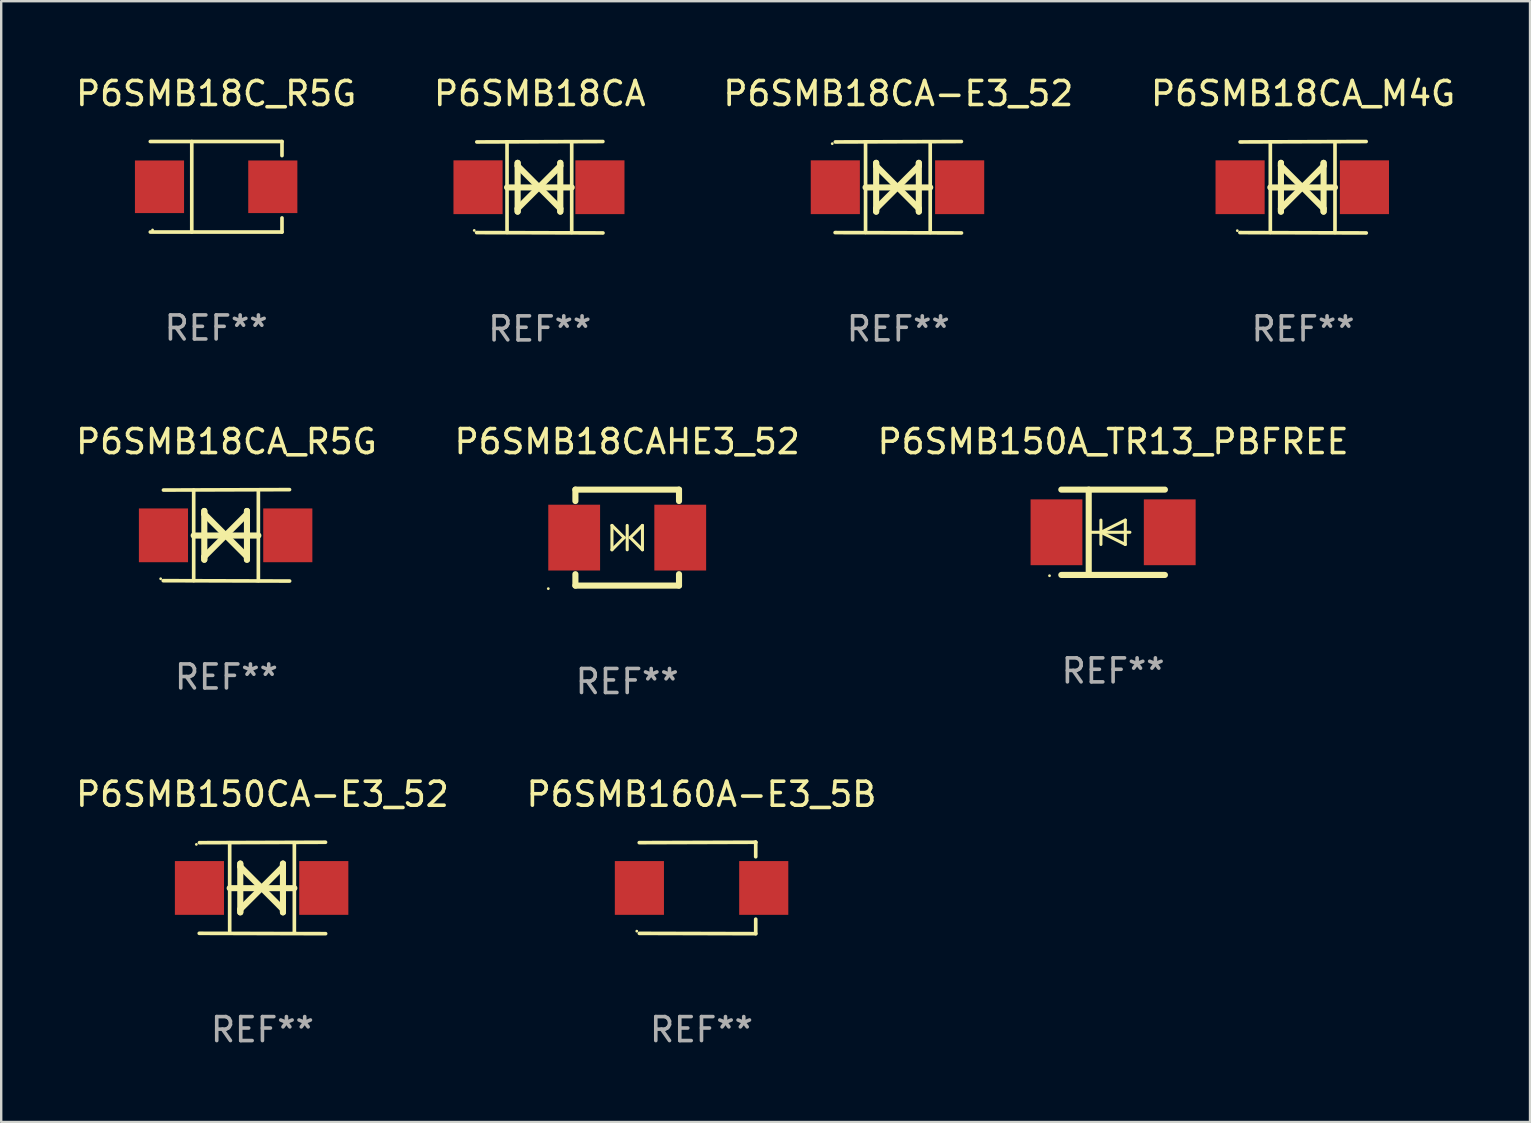
<source format=kicad_pcb>
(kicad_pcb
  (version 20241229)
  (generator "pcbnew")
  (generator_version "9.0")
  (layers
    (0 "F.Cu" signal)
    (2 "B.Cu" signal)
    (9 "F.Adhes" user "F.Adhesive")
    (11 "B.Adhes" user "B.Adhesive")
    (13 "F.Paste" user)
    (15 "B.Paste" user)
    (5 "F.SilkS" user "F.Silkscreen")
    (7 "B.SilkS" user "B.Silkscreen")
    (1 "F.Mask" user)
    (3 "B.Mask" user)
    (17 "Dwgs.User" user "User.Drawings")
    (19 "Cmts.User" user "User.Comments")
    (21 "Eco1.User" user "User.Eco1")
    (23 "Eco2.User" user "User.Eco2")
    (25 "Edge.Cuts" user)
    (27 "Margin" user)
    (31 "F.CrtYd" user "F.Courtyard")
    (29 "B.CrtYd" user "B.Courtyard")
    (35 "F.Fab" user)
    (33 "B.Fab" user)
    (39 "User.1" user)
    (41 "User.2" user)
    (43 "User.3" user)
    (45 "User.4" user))
  (footprint "P6SMB18CA_R5G"
    (layer "F.Cu")
    (at 6.387 19.26)
    (property "Reference" "P6SMB18CA_R5G" (at 0 -3.905 0) (layer "F.SilkS") (effects (font (size 1 1) (thickness 0.15))))
    (attr through_hole)
    (fp_line (start -1.365 1.886) (end -1.365 -1.886) (stroke (width 0.152) (type solid)) (layer "F.SilkS"))
    (fp_line (start -1.365 0.008) (end 1.33 0.008) (stroke (width 0.254) (type solid)) (layer "F.SilkS"))
    (fp_line (start -0.923 -1.016) (end -0.923 1.016) (stroke (width 0.254) (type solid)) (layer "F.SilkS"))
    (fp_line (start -0.923 -0.889) (end -0.923 -1.016) (stroke (width 0.254) (type solid)) (layer "F.SilkS"))
    (fp_line (start -0.923 0.889) (end -0.034 0) (stroke (width 0.254) (type solid)) (layer "F.SilkS"))
    (fp_line (start -0.923 1.016) (end -0.923 0.889) (stroke (width 0.254) (type solid)) (layer "F.SilkS"))
    (fp_line (start -0.034 0) (end -0.923 -0.889) (stroke (width 0.254) (type solid)) (layer "F.SilkS"))
    (fp_line (start -0.034 0) (end 0.855 0.889) (stroke (width 0.254) (type solid)) (layer "F.SilkS"))
    (fp_line (start 0.855 -1.016) (end 0.855 -0.889) (stroke (width 0.254) (type solid)) (layer "F.SilkS"))
    (fp_line (start 0.855 -0.889) (end -0.034 0) (stroke (width 0.254) (type solid)) (layer "F.SilkS"))
    (fp_line (start 0.855 0.889) (end 0.855 1.016) (stroke (width 0.254) (type solid)) (layer "F.SilkS"))
    (fp_line (start 0.855 1.016) (end 0.855 -1.016) (stroke (width 0.254) (type solid)) (layer "F.SilkS"))
    (fp_line (start 1.33 1.886) (end 1.33 -1.886) (stroke (width 0.152) (type solid)) (layer "F.SilkS"))
    (fp_line (start 2.629 -1.905) (end -2.625 -1.887) (stroke (width 0.152) (type solid)) (layer "F.SilkS"))
    (fp_line (start 2.633 1.905) (end -2.633 1.89) (stroke (width 0.152) (type solid)) (layer "F.SilkS"))
    (fp_circle (center -2.741 1.81) (end -2.711 1.81) (stroke (width 0.06) (type solid)) (fill no) (layer "F.SilkS"))
    (fp_text user "REF**" (at 0 5.905 0) (layer "F.Fab") (effects (font (size 1 1) (thickness 0.15))))
    (pad "1" smd rect (at -2.625 0) (size 2.047 2.241) (layers "F.Cu" "F.Mask" "F.Paste"))
    (pad "2" smd rect (at 2.557 0) (size 2.047 2.241) (layers "F.Cu" "F.Mask" "F.Paste")))
  (footprint "P6SMB160A-E3_5B"
    (layer "F.Cu")
    (at 26.185 33.956)
    (property "Reference" "P6SMB160A-E3_5B" (at 0 -3.905 0) (layer "F.SilkS") (effects (font (size 1 1) (thickness 0.15))))
    (attr through_hole)
    (fp_line (start 2.256 -1.905) (end -2.594 -1.889) (stroke (width 0.152) (type solid)) (layer "F.SilkS"))
    (fp_line (start 2.256 -1.905) (end 2.26 -1.905) (stroke (width 0.152) (type solid)) (layer "F.SilkS"))
    (fp_line (start 2.26 -1.905) (end 2.26 -1.301) (stroke (width 0.152) (type solid)) (layer "F.SilkS"))
    (fp_line (start 2.26 1.301) (end 2.26 1.905) (stroke (width 0.152) (type solid)) (layer "F.SilkS"))
    (fp_line (start 2.26 1.905) (end -2.59 1.892) (stroke (width 0.152) (type solid)) (layer "F.SilkS"))
    (fp_circle (center -2.697 1.8) (end -2.667 1.8) (stroke (width 0.06) (type solid)) (fill no) (layer "F.SilkS"))
    (fp_text user "REF**" (at 0 5.905 0) (layer "F.Fab") (effects (font (size 1 1) (thickness 0.15))))
    (pad "1" smd rect (at -2.588 0) (size 2.047 2.241) (layers "F.Cu" "F.Mask" "F.Paste"))
    (pad "2" smd rect (at 2.594 0) (size 2.047 2.241) (layers "F.Cu" "F.Mask" "F.Paste")))
  (footprint "P6SMB18CA-E3_52"
    (layer "F.Cu")
    (at 34.387 4.753)
    (property "Reference" "P6SMB18CA-E3_52" (at 0 -3.905 0) (layer "F.SilkS") (effects (font (size 1 1) (thickness 0.15))))
    (attr through_hole)
    (fp_line (start -1.365 1.886) (end -1.365 -1.886) (stroke (width 0.152) (type solid)) (layer "F.SilkS"))
    (fp_line (start -1.365 0.008) (end 1.33 0.008) (stroke (width 0.254) (type solid)) (layer "F.SilkS"))
    (fp_line (start -0.923 -1.016) (end -0.923 1.016) (stroke (width 0.254) (type solid)) (layer "F.SilkS"))
    (fp_line (start -0.923 -0.889) (end -0.923 -1.016) (stroke (width 0.254) (type solid)) (layer "F.SilkS"))
    (fp_line (start -0.923 0.889) (end -0.034 0) (stroke (width 0.254) (type solid)) (layer "F.SilkS"))
    (fp_line (start -0.923 1.016) (end -0.923 0.889) (stroke (width 0.254) (type solid)) (layer "F.SilkS"))
    (fp_line (start -0.034 0) (end -0.923 -0.889) (stroke (width 0.254) (type solid)) (layer "F.SilkS"))
    (fp_line (start -0.034 0) (end 0.855 0.889) (stroke (width 0.254) (type solid)) (layer "F.SilkS"))
    (fp_line (start 0.855 -1.016) (end 0.855 -0.889) (stroke (width 0.254) (type solid)) (layer "F.SilkS"))
    (fp_line (start 0.855 -0.889) (end -0.034 0) (stroke (width 0.254) (type solid)) (layer "F.SilkS"))
    (fp_line (start 0.855 0.889) (end 0.855 1.016) (stroke (width 0.254) (type solid)) (layer "F.SilkS"))
    (fp_line (start 0.855 1.016) (end 0.855 -1.016) (stroke (width 0.254) (type solid)) (layer "F.SilkS"))
    (fp_line (start 1.33 1.886) (end 1.33 -1.886) (stroke (width 0.152) (type solid)) (layer "F.SilkS"))
    (fp_line (start 2.629 -1.905) (end -2.625 -1.887) (stroke (width 0.152) (type solid)) (layer "F.SilkS"))
    (fp_line (start 2.633 1.905) (end -2.633 1.89) (stroke (width 0.152) (type solid)) (layer "F.SilkS"))
    (fp_circle (center -2.753 -1.816) (end -2.723 -1.816) (stroke (width 0.06) (type solid)) (fill no) (layer "F.SilkS"))
    (fp_text user "REF**" (at 0 5.905 0) (layer "F.Fab") (effects (font (size 1 1) (thickness 0.15))))
    (pad "1" smd rect (at -2.625 0) (size 2.047 2.241) (layers "F.Cu" "F.Mask" "F.Paste"))
    (pad "2" smd rect (at 2.557 0) (size 2.047 2.241) (layers "F.Cu" "F.Mask" "F.Paste")))
  (footprint "P6SMB18CA_M4G"
    (layer "F.Cu")
    (at 51.256 4.753)
    (property "Reference" "P6SMB18CA_M4G" (at 0 -3.905 0) (layer "F.SilkS") (effects (font (size 1 1) (thickness 0.15))))
    (attr through_hole)
    (fp_line (start -1.365 1.886) (end -1.365 -1.886) (stroke (width 0.152) (type solid)) (layer "F.SilkS"))
    (fp_line (start -1.365 0.008) (end 1.33 0.008) (stroke (width 0.254) (type solid)) (layer "F.SilkS"))
    (fp_line (start -0.923 -1.016) (end -0.923 1.016) (stroke (width 0.254) (type solid)) (layer "F.SilkS"))
    (fp_line (start -0.923 -0.889) (end -0.923 -1.016) (stroke (width 0.254) (type solid)) (layer "F.SilkS"))
    (fp_line (start -0.923 0.889) (end -0.034 0) (stroke (width 0.254) (type solid)) (layer "F.SilkS"))
    (fp_line (start -0.923 1.016) (end -0.923 0.889) (stroke (width 0.254) (type solid)) (layer "F.SilkS"))
    (fp_line (start -0.034 0) (end -0.923 -0.889) (stroke (width 0.254) (type solid)) (layer "F.SilkS"))
    (fp_line (start -0.034 0) (end 0.855 0.889) (stroke (width 0.254) (type solid)) (layer "F.SilkS"))
    (fp_line (start 0.855 -1.016) (end 0.855 -0.889) (stroke (width 0.254) (type solid)) (layer "F.SilkS"))
    (fp_line (start 0.855 -0.889) (end -0.034 0) (stroke (width 0.254) (type solid)) (layer "F.SilkS"))
    (fp_line (start 0.855 0.889) (end 0.855 1.016) (stroke (width 0.254) (type solid)) (layer "F.SilkS"))
    (fp_line (start 0.855 1.016) (end 0.855 -1.016) (stroke (width 0.254) (type solid)) (layer "F.SilkS"))
    (fp_line (start 1.33 1.886) (end 1.33 -1.886) (stroke (width 0.152) (type solid)) (layer "F.SilkS"))
    (fp_line (start 2.629 -1.905) (end -2.625 -1.887) (stroke (width 0.152) (type solid)) (layer "F.SilkS"))
    (fp_line (start 2.633 1.905) (end -2.633 1.89) (stroke (width 0.152) (type solid)) (layer "F.SilkS"))
    (fp_circle (center -2.741 1.81) (end -2.711 1.81) (stroke (width 0.06) (type solid)) (fill no) (layer "F.SilkS"))
    (fp_text user "REF**" (at 0 5.905 0) (layer "F.Fab") (effects (font (size 1 1) (thickness 0.15))))
    (pad "1" smd rect (at -2.625 0) (size 2.047 2.241) (layers "F.Cu" "F.Mask" "F.Paste"))
    (pad "2" smd rect (at 2.557 0) (size 2.047 2.241) (layers "F.Cu" "F.Mask" "F.Paste")))
  (footprint "P6SMB150A_TR13_PBFREE"
    (layer "F.Cu")
    (at 43.339 19.133)
    (property "Reference" "P6SMB150A_TR13_PBFREE" (at 0 -3.778 0) (layer "F.SilkS") (effects (font (size 1 1) (thickness 0.15))))
    (attr through_hole)
    (fp_line (start -2.159 -1.778) (end 2.159 -1.778) (stroke (width 0.254) (type solid)) (layer "F.SilkS"))
    (fp_line (start -1.016 -1.778) (end -1.016 1.778) (stroke (width 0.254) (type solid)) (layer "F.SilkS"))
    (fp_line (start -0.508 -0.000064) (end 0.508 0.508) (stroke (width 0.127) (type solid)) (layer "F.SilkS"))
    (fp_line (start -0.508 0.508) (end -0.508 -0.508) (stroke (width 0.127) (type solid)) (layer "F.SilkS"))
    (fp_line (start 0.508 -0.508) (end -0.508 -0.000064) (stroke (width 0.127) (type solid)) (layer "F.SilkS"))
    (fp_line (start 0.508 0.508) (end 0.508 -0.508) (stroke (width 0.127) (type solid)) (layer "F.SilkS"))
    (fp_line (start 0.7 -0.000064) (end -1.016 -0.000064) (stroke (width 0.127) (type solid)) (layer "F.SilkS"))
    (fp_line (start 2.159 1.778) (end -2.159 1.778) (stroke (width 0.254) (type solid)) (layer "F.SilkS"))
    (fp_circle (center -2.65 1.81) (end -2.62 1.81) (stroke (width 0.06) (type solid)) (fill no) (layer "F.SilkS"))
    (fp_text user "REF**" (at 0 5.778 0) (layer "F.Fab") (effects (font (size 1 1) (thickness 0.15))))
    (pad "1" smd rect (at -2.36 0.000038) (size 2.159 2.743) (layers "F.Cu" "F.Mask" "F.Paste"))
    (pad "2" smd rect (at 2.36 0.000038) (size 2.159 2.743) (layers "F.Cu" "F.Mask" "F.Paste")))
  (footprint "P6SMB150CA-E3_52"
    (layer "F.Cu")
    (at 7.887 33.956)
    (property "Reference" "P6SMB150CA-E3_52" (at 0 -3.905 0) (layer "F.SilkS") (effects (font (size 1 1) (thickness 0.15))))
    (attr through_hole)
    (fp_line (start -1.365 1.886) (end -1.365 -1.886) (stroke (width 0.152) (type solid)) (layer "F.SilkS"))
    (fp_line (start -1.365 0.008) (end 1.33 0.008) (stroke (width 0.254) (type solid)) (layer "F.SilkS"))
    (fp_line (start -0.923 -1.016) (end -0.923 1.016) (stroke (width 0.254) (type solid)) (layer "F.SilkS"))
    (fp_line (start -0.923 -0.889) (end -0.923 -1.016) (stroke (width 0.254) (type solid)) (layer "F.SilkS"))
    (fp_line (start -0.923 0.889) (end -0.034 0) (stroke (width 0.254) (type solid)) (layer "F.SilkS"))
    (fp_line (start -0.923 1.016) (end -0.923 0.889) (stroke (width 0.254) (type solid)) (layer "F.SilkS"))
    (fp_line (start -0.034 0) (end -0.923 -0.889) (stroke (width 0.254) (type solid)) (layer "F.SilkS"))
    (fp_line (start -0.034 0) (end 0.855 0.889) (stroke (width 0.254) (type solid)) (layer "F.SilkS"))
    (fp_line (start 0.855 -1.016) (end 0.855 -0.889) (stroke (width 0.254) (type solid)) (layer "F.SilkS"))
    (fp_line (start 0.855 -0.889) (end -0.034 0) (stroke (width 0.254) (type solid)) (layer "F.SilkS"))
    (fp_line (start 0.855 0.889) (end 0.855 1.016) (stroke (width 0.254) (type solid)) (layer "F.SilkS"))
    (fp_line (start 0.855 1.016) (end 0.855 -1.016) (stroke (width 0.254) (type solid)) (layer "F.SilkS"))
    (fp_line (start 1.33 1.886) (end 1.33 -1.886) (stroke (width 0.152) (type solid)) (layer "F.SilkS"))
    (fp_line (start 2.629 -1.905) (end -2.625 -1.887) (stroke (width 0.152) (type solid)) (layer "F.SilkS"))
    (fp_line (start 2.633 1.905) (end -2.633 1.89) (stroke (width 0.152) (type solid)) (layer "F.SilkS"))
    (fp_circle (center -2.753 -1.816) (end -2.723 -1.816) (stroke (width 0.06) (type solid)) (fill no) (layer "F.SilkS"))
    (fp_text user "REF**" (at 0 5.905 0) (layer "F.Fab") (effects (font (size 1 1) (thickness 0.15))))
    (pad "1" smd rect (at -2.625 0) (size 2.047 2.241) (layers "F.Cu" "F.Mask" "F.Paste"))
    (pad "2" smd rect (at 2.557 0) (size 2.047 2.241) (layers "F.Cu" "F.Mask" "F.Paste")))
  (footprint "P6SMB18CA"
    (layer "F.Cu")
    (at 19.446 4.753)
    (property "Reference" "P6SMB18CA" (at 0 -3.905 0) (layer "F.SilkS") (effects (font (size 1 1) (thickness 0.15))))
    (attr through_hole)
    (fp_line (start -1.365 1.886) (end -1.365 -1.886) (stroke (width 0.152) (type solid)) (layer "F.SilkS"))
    (fp_line (start -1.365 0.008) (end 1.33 0.008) (stroke (width 0.254) (type solid)) (layer "F.SilkS"))
    (fp_line (start -0.923 -1.016) (end -0.923 1.016) (stroke (width 0.254) (type solid)) (layer "F.SilkS"))
    (fp_line (start -0.923 -0.889) (end -0.923 -1.016) (stroke (width 0.254) (type solid)) (layer "F.SilkS"))
    (fp_line (start -0.923 0.889) (end -0.034 0) (stroke (width 0.254) (type solid)) (layer "F.SilkS"))
    (fp_line (start -0.923 1.016) (end -0.923 0.889) (stroke (width 0.254) (type solid)) (layer "F.SilkS"))
    (fp_line (start -0.034 0) (end -0.923 -0.889) (stroke (width 0.254) (type solid)) (layer "F.SilkS"))
    (fp_line (start -0.034 0) (end 0.855 0.889) (stroke (width 0.254) (type solid)) (layer "F.SilkS"))
    (fp_line (start 0.855 -1.016) (end 0.855 -0.889) (stroke (width 0.254) (type solid)) (layer "F.SilkS"))
    (fp_line (start 0.855 -0.889) (end -0.034 0) (stroke (width 0.254) (type solid)) (layer "F.SilkS"))
    (fp_line (start 0.855 0.889) (end 0.855 1.016) (stroke (width 0.254) (type solid)) (layer "F.SilkS"))
    (fp_line (start 0.855 1.016) (end 0.855 -1.016) (stroke (width 0.254) (type solid)) (layer "F.SilkS"))
    (fp_line (start 1.33 1.886) (end 1.33 -1.886) (stroke (width 0.152) (type solid)) (layer "F.SilkS"))
    (fp_line (start 2.629 -1.905) (end -2.625 -1.887) (stroke (width 0.152) (type solid)) (layer "F.SilkS"))
    (fp_line (start 2.633 1.905) (end -2.633 1.89) (stroke (width 0.152) (type solid)) (layer "F.SilkS"))
    (fp_circle (center -2.732 1.8) (end -2.702 1.8) (stroke (width 0.06) (type solid)) (fill no) (layer "F.SilkS"))
    (fp_text user "REF**" (at 0 5.905 0) (layer "F.Fab") (effects (font (size 1 1) (thickness 0.15))))
    (pad "1" smd rect (at -2.574 0) (size 2.047 2.241) (layers "F.Cu" "F.Mask" "F.Paste"))
    (pad "2" smd rect (at 2.506 0) (size 2.047 2.241) (layers "F.Cu" "F.Mask" "F.Paste")))
  (footprint "P6SMB18CAHE3_52"
    (layer "F.Cu")
    (at 23.089 19.355)
    (property "Reference" "P6SMB18CAHE3_52" (at 0 -4 0) (layer "F.SilkS") (effects (font (size 1 1) (thickness 0.15))))
    (attr through_hole)
    (fp_line (start -2.159 -2) (end 2.159 -2) (stroke (width 0.254) (type solid)) (layer "F.SilkS"))
    (fp_line (start -2.159 -1.524) (end -2.159 -2) (stroke (width 0.254) (type solid)) (layer "F.SilkS"))
    (fp_line (start -2.159 1.524) (end -2.159 2) (stroke (width 0.254) (type solid)) (layer "F.SilkS"))
    (fp_line (start -2.159 2) (end 2.159 2) (stroke (width 0.254) (type solid)) (layer "F.SilkS"))
    (fp_line (start -0.635 -0.508) (end -0.127 0) (stroke (width 0.127) (type solid)) (layer "F.SilkS"))
    (fp_line (start -0.635 0.508) (end -0.635 -0.508) (stroke (width 0.127) (type solid)) (layer "F.SilkS"))
    (fp_line (start -0.127 0) (end -0.635 0.508) (stroke (width 0.127) (type solid)) (layer "F.SilkS"))
    (fp_line (start 0 0.508) (end 0 -0.508) (stroke (width 0.127) (type solid)) (layer "F.SilkS"))
    (fp_line (start 0.127 0) (end 0.635 -0.508) (stroke (width 0.127) (type solid)) (layer "F.SilkS"))
    (fp_line (start 0.635 -0.508) (end 0.635 0.508) (stroke (width 0.127) (type solid)) (layer "F.SilkS"))
    (fp_line (start 0.635 0.508) (end 0.127 0) (stroke (width 0.127) (type solid)) (layer "F.SilkS"))
    (fp_line (start 2.159 -2) (end 2.159 -1.524) (stroke (width 0.254) (type solid)) (layer "F.SilkS"))
    (fp_line (start 2.159 2) (end 2.159 1.524) (stroke (width 0.254) (type solid)) (layer "F.SilkS"))
    (fp_circle (center -3.289 2.127) (end -3.259 2.127) (stroke (width 0.06) (type solid)) (fill no) (layer "F.SilkS"))
    (fp_text user "REF**" (at 0 6 0) (layer "F.Fab") (effects (font (size 1 1) (thickness 0.15))))
    (pad "1" smd rect (at -2.21 0 180) (size 2.159 2.743) (layers "F.Cu" "F.Mask" "F.Paste"))
    (pad "2" smd rect (at 2.21 0 180) (size 2.159 2.743) (layers "F.Cu" "F.Mask" "F.Paste")))
  (footprint "P6SMB18C_R5G"
    (layer "F.Cu")
    (at 5.958 4.734)
    (property "Reference" "P6SMB18C_R5G" (at 0 -3.886 0) (layer "F.SilkS") (effects (font (size 1 1) (thickness 0.15))))
    (attr through_hole)
    (fp_line (start -2.744 -1.886) (end 2.744 -1.886) (stroke (width 0.152) (type solid)) (layer "F.SilkS"))
    (fp_line (start -2.744 1.886) (end 2.744 1.886) (stroke (width 0.152) (type solid)) (layer "F.SilkS"))
    (fp_line (start -1.016 -1.886) (end -1.016 1.886) (stroke (width 0.152) (type solid)) (layer "F.SilkS"))
    (fp_line (start 2.744 -1.886) (end 2.744 -1.299) (stroke (width 0.152) (type solid)) (layer "F.SilkS"))
    (fp_line (start 2.744 1.886) (end 2.744 1.299) (stroke (width 0.152) (type solid)) (layer "F.SilkS"))
    (fp_circle (center -2.65 1.8) (end -2.62 1.8) (stroke (width 0.06) (type solid)) (fill no) (layer "F.SilkS"))
    (fp_text user "REF**" (at 0 5.886 0) (layer "F.Fab") (effects (font (size 1 1) (thickness 0.15))))
    (pad "1" smd rect (at -2.361 0) (size 2.047 2.192) (layers "F.Cu" "F.Mask" "F.Paste"))
    (pad "2" smd rect (at 2.361 0) (size 2.047 2.192) (layers "F.Cu" "F.Mask" "F.Paste")))
  (gr_rect
    (start -3 -3)
    (end 60.714 43.71)
    (stroke (width 0.1) (type default))
    (fill no)
    (layer "Edge.Cuts")))
</source>
